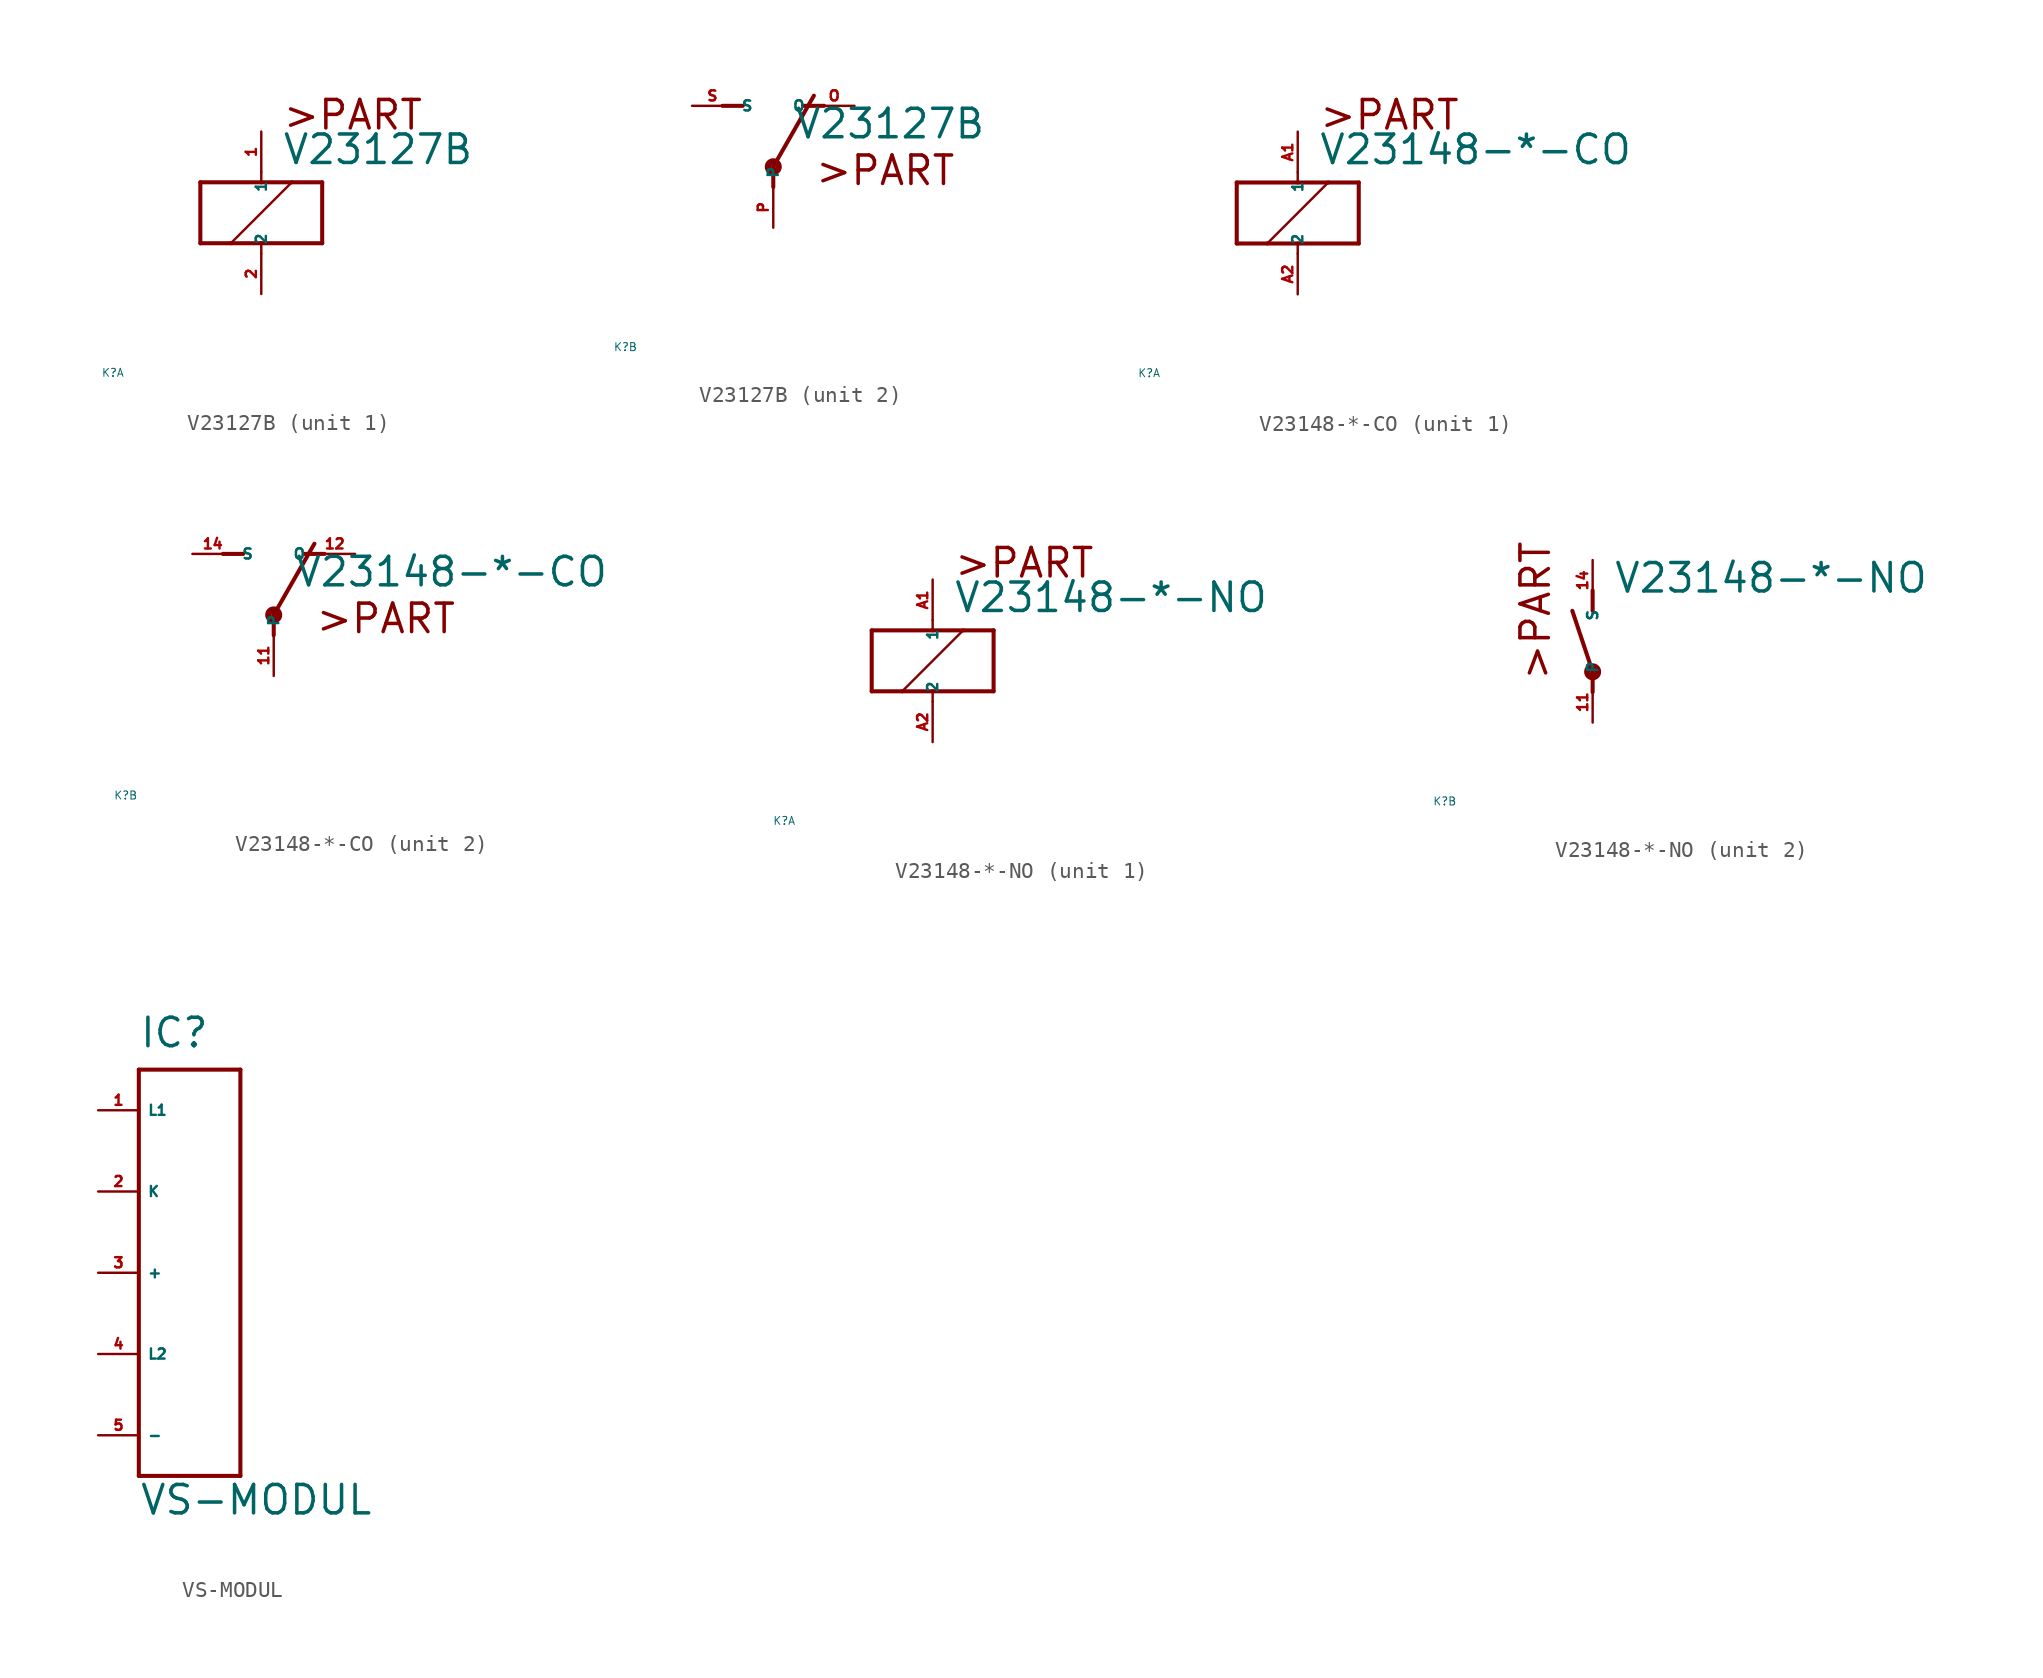
<source format=kicad_sym>
(kicad_symbol_lib
  (version 20220914)
  (generator Eagle2Kicad)
  (symbol "V23127B"
    (property "Reference" "K"
      (at -10 -10 0)
      (effects (font (size 0.5 0.5) (thickness 0.06)) (justify left)))
    (property "Value" "V23127B"
      (at 1.27 2.921 0)
      (effects (font (size 1.778 1.778) (thickness 0.22)) (justify left bottom)))
    (symbol "V23127B_1_0"
      (polyline (pts (xy -3.81 -1.905) (xy -1.905 -1.905)) (stroke (width 0.254) (type default)) (fill (type none)))
      (polyline (pts (xy 3.81 -1.905) (xy 3.81 1.905)) (stroke (width 0.254) (type default)) (fill (type none)))
      (polyline (pts (xy 3.81 1.905) (xy 1.905 1.905)) (stroke (width 0.254) (type default)) (fill (type none)))
      (polyline (pts (xy -3.81 1.905) (xy -3.81 -1.905)) (stroke (width 0.254) (type default)) (fill (type none)))
      (polyline (pts (xy 0 -2.54) (xy 0 -1.905)) (stroke (width 0.152) (type default)) (fill (type none)))
      (polyline (pts (xy 0 -1.905) (xy 3.81 -1.905)) (stroke (width 0.254) (type default)) (fill (type none)))
      (polyline (pts (xy 0 2.54) (xy 0 1.905)) (stroke (width 0.152) (type default)) (fill (type none)))
      (polyline (pts (xy 0 1.905) (xy -3.81 1.905)) (stroke (width 0.254) (type default)) (fill (type none)))
      (polyline (pts (xy -1.905 -1.905) (xy 1.905 1.905)) (stroke (width 0.152) (type default)) (fill (type none)))
      (polyline (pts (xy -1.905 -1.905) (xy 0 -1.905)) (stroke (width 0.254) (type default)) (fill (type none)))
      (polyline (pts (xy 1.905 1.905) (xy 0 1.905)) (stroke (width 0.254) (type default)) (fill (type none)))
      (text ">PART" (at 1.27 5.08 0) (effects (font (size 1.778 1.778) (thickness 0.22)) (justify left bottom)))
      (pin passive line (at 0 -5.08 90) (length 2.54) (name "2" (effects (font (size 0.635 0.635) (thickness 0.08)) (justify left bottom))) (number "2" (effects (font (size 0.635 0.635) (thickness 0.08)) (justify left bottom))))
      (pin passive line (at 0 5.08 270) (length 2.54) (name "1" (effects (font (size 0.635 0.635) (thickness 0.08)) (justify left bottom))) (number "1" (effects (font (size 0.635 0.635) (thickness 0.08)) (justify left bottom)))))
    (symbol "V23127B_2_0"
      (polyline (pts (xy 3.175 5.08) (xy 1.905 5.08)) (stroke (width 0.254) (type default)) (fill (type none)))
      (polyline (pts (xy -3.175 5.08) (xy -1.905 5.08)) (stroke (width 0.254) (type default)) (fill (type none)))
      (polyline (pts (xy 0 1.27) (xy 2.54 5.715)) (stroke (width 0.254) (type default)) (fill (type none)))
      (polyline (pts (xy 0 1.27) (xy 0 0)) (stroke (width 0.254) (type default)) (fill (type none)))
      (text ">PART" (at 2.54 0 0) (effects (font (size 1.778 1.778) (thickness 0.22)) (justify left bottom)))
      (circle (center 0 1.27) (radius 0.127) (stroke (width 0.406) (type default)) (fill (type none)))
      (pin passive line (at 5.08 5.08 180) (length 2.54) (name "O" (effects (font (size 0.635 0.635) (thickness 0.08)) (justify left bottom))) (number "O" (effects (font (size 0.635 0.635) (thickness 0.08)) (justify left bottom))))
      (pin passive line (at -5.08 5.08 0) (length 2.54) (name "S" (effects (font (size 0.635 0.635) (thickness 0.08)) (justify left bottom))) (number "S" (effects (font (size 0.635 0.635) (thickness 0.08)) (justify left bottom))))
      (pin passive line (at 0 -2.54 90) (length 2.54) (name "P" (effects (font (size 0.635 0.635) (thickness 0.08)) (justify left bottom))) (number "P" (effects (font (size 0.635 0.635) (thickness 0.08)) (justify left bottom))))))
  (symbol "V23148-*-CO"
    (property "Reference" "K"
      (at -10 -10 0)
      (effects (font (size 0.5 0.5) (thickness 0.06)) (justify left)))
    (property "Value" "V23148-*-CO"
      (at 1.27 2.921 0)
      (effects (font (size 1.778 1.778) (thickness 0.22)) (justify left bottom)))
    (symbol "V23148-*-CO_1_0"
      (polyline (pts (xy -3.81 -1.905) (xy -1.905 -1.905)) (stroke (width 0.254) (type default)) (fill (type none)))
      (polyline (pts (xy 3.81 -1.905) (xy 3.81 1.905)) (stroke (width 0.254) (type default)) (fill (type none)))
      (polyline (pts (xy 3.81 1.905) (xy 1.905 1.905)) (stroke (width 0.254) (type default)) (fill (type none)))
      (polyline (pts (xy -3.81 1.905) (xy -3.81 -1.905)) (stroke (width 0.254) (type default)) (fill (type none)))
      (polyline (pts (xy 0 -2.54) (xy 0 -1.905)) (stroke (width 0.152) (type default)) (fill (type none)))
      (polyline (pts (xy 0 -1.905) (xy 3.81 -1.905)) (stroke (width 0.254) (type default)) (fill (type none)))
      (polyline (pts (xy 0 2.54) (xy 0 1.905)) (stroke (width 0.152) (type default)) (fill (type none)))
      (polyline (pts (xy 0 1.905) (xy -3.81 1.905)) (stroke (width 0.254) (type default)) (fill (type none)))
      (polyline (pts (xy -1.905 -1.905) (xy 1.905 1.905)) (stroke (width 0.152) (type default)) (fill (type none)))
      (polyline (pts (xy -1.905 -1.905) (xy 0 -1.905)) (stroke (width 0.254) (type default)) (fill (type none)))
      (polyline (pts (xy 1.905 1.905) (xy 0 1.905)) (stroke (width 0.254) (type default)) (fill (type none)))
      (text ">PART" (at 1.27 5.08 0) (effects (font (size 1.778 1.778) (thickness 0.22)) (justify left bottom)))
      (pin passive line (at 0 -5.08 90) (length 2.54) (name "2" (effects (font (size 0.635 0.635) (thickness 0.08)) (justify left bottom))) (number "A2" (effects (font (size 0.635 0.635) (thickness 0.08)) (justify left bottom))))
      (pin passive line (at 0 5.08 270) (length 2.54) (name "1" (effects (font (size 0.635 0.635) (thickness 0.08)) (justify left bottom))) (number "A1" (effects (font (size 0.635 0.635) (thickness 0.08)) (justify left bottom)))))
    (symbol "V23148-*-CO_2_0"
      (polyline (pts (xy 3.175 5.08) (xy 1.905 5.08)) (stroke (width 0.254) (type default)) (fill (type none)))
      (polyline (pts (xy -3.175 5.08) (xy -1.905 5.08)) (stroke (width 0.254) (type default)) (fill (type none)))
      (polyline (pts (xy 0 1.27) (xy 2.54 5.715)) (stroke (width 0.254) (type default)) (fill (type none)))
      (polyline (pts (xy 0 1.27) (xy 0 0)) (stroke (width 0.254) (type default)) (fill (type none)))
      (text ">PART" (at 2.54 0 0) (effects (font (size 1.778 1.778) (thickness 0.22)) (justify left bottom)))
      (circle (center 0 1.27) (radius 0.127) (stroke (width 0.406) (type default)) (fill (type none)))
      (pin passive line (at 5.08 5.08 180) (length 2.54) (name "O" (effects (font (size 0.635 0.635) (thickness 0.08)) (justify left bottom))) (number "12" (effects (font (size 0.635 0.635) (thickness 0.08)) (justify left bottom))))
      (pin passive line (at -5.08 5.08 0) (length 2.54) (name "S" (effects (font (size 0.635 0.635) (thickness 0.08)) (justify left bottom))) (number "14" (effects (font (size 0.635 0.635) (thickness 0.08)) (justify left bottom))))
      (pin passive line (at 0 -2.54 90) (length 2.54) (name "P" (effects (font (size 0.635 0.635) (thickness 0.08)) (justify left bottom))) (number "11" (effects (font (size 0.635 0.635) (thickness 0.08)) (justify left bottom))))))
  (symbol "V23148-*-NO"
    (property "Reference" "K"
      (at -10 -10 0)
      (effects (font (size 0.5 0.5) (thickness 0.06)) (justify left)))
    (property "Value" "V23148-*-NO"
      (at 1.27 2.921 0)
      (effects (font (size 1.778 1.778) (thickness 0.22)) (justify left bottom)))
    (symbol "V23148-*-NO_1_0"
      (polyline (pts (xy -3.81 -1.905) (xy -1.905 -1.905)) (stroke (width 0.254) (type default)) (fill (type none)))
      (polyline (pts (xy 3.81 -1.905) (xy 3.81 1.905)) (stroke (width 0.254) (type default)) (fill (type none)))
      (polyline (pts (xy 3.81 1.905) (xy 1.905 1.905)) (stroke (width 0.254) (type default)) (fill (type none)))
      (polyline (pts (xy -3.81 1.905) (xy -3.81 -1.905)) (stroke (width 0.254) (type default)) (fill (type none)))
      (polyline (pts (xy 0 -2.54) (xy 0 -1.905)) (stroke (width 0.152) (type default)) (fill (type none)))
      (polyline (pts (xy 0 -1.905) (xy 3.81 -1.905)) (stroke (width 0.254) (type default)) (fill (type none)))
      (polyline (pts (xy 0 2.54) (xy 0 1.905)) (stroke (width 0.152) (type default)) (fill (type none)))
      (polyline (pts (xy 0 1.905) (xy -3.81 1.905)) (stroke (width 0.254) (type default)) (fill (type none)))
      (polyline (pts (xy -1.905 -1.905) (xy 1.905 1.905)) (stroke (width 0.152) (type default)) (fill (type none)))
      (polyline (pts (xy -1.905 -1.905) (xy 0 -1.905)) (stroke (width 0.254) (type default)) (fill (type none)))
      (polyline (pts (xy 1.905 1.905) (xy 0 1.905)) (stroke (width 0.254) (type default)) (fill (type none)))
      (text ">PART" (at 1.27 5.08 0) (effects (font (size 1.778 1.778) (thickness 0.22)) (justify left bottom)))
      (pin passive line (at 0 -5.08 90) (length 2.54) (name "2" (effects (font (size 0.635 0.635) (thickness 0.08)) (justify left bottom))) (number "A2" (effects (font (size 0.635 0.635) (thickness 0.08)) (justify left bottom))))
      (pin passive line (at 0 5.08 270) (length 2.54) (name "1" (effects (font (size 0.635 0.635) (thickness 0.08)) (justify left bottom))) (number "A1" (effects (font (size 0.635 0.635) (thickness 0.08)) (justify left bottom)))))
    (symbol "V23148-*-NO_2_0"
      (polyline (pts (xy 0 3.175) (xy 0 1.905)) (stroke (width 0.254) (type default)) (fill (type none)))
      (polyline (pts (xy 0 -3.175) (xy 0 -1.905)) (stroke (width 0.254) (type default)) (fill (type none)))
      (polyline (pts (xy 0 -1.905) (xy -1.27 1.905)) (stroke (width 0.254) (type default)) (fill (type none)))
      (text ">PART" (at -2.54 -2.54 900) (effects (font (size 1.778 1.778) (thickness 0.22)) (justify left bottom)))
      (circle (center 0 -1.905) (radius 0.127) (stroke (width 0.406) (type default)) (fill (type none)))
      (pin passive line (at 0 -5.08 90) (length 2.54) (name "P" (effects (font (size 0.635 0.635) (thickness 0.08)) (justify left bottom))) (number "11" (effects (font (size 0.635 0.635) (thickness 0.08)) (justify left bottom))))
      (pin passive line (at 0 5.08 270) (length 2.54) (name "S" (effects (font (size 0.635 0.635) (thickness 0.08)) (justify left bottom))) (number "14" (effects (font (size 0.635 0.635) (thickness 0.08)) (justify left bottom))))))
  (symbol "VS-MODUL"
    (property "Reference" "IC"
      (at -2.54 13.97 0)
      (effects (font (size 1.778 1.778) (thickness 0.22)) (justify left bottom)))
    (property "Value" "VS-MODUL"
      (at -2.54 -15.24 0)
      (effects (font (size 1.778 1.778) (thickness 0.22)) (justify left bottom)))
    (polyline
      (pts (xy -2.54 12.7) (xy -2.54 -12.7))
      (stroke (width 0.254) (type default))
      (fill (type none)))
    (polyline
      (pts (xy -2.54 -12.7) (xy 3.81 -12.7))
      (stroke (width 0.254) (type default))
      (fill (type none)))
    (polyline
      (pts (xy 3.81 -12.7) (xy 3.81 12.7))
      (stroke (width 0.254) (type default))
      (fill (type none)))
    (polyline
      (pts (xy 3.81 12.7) (xy -2.54 12.7))
      (stroke (width 0.254) (type default))
      (fill (type none)))
    (pin passive line
      (at -5.08 10.16 0)
      (length 2.54)
      (name "L1" (effects (font (size 0.635 0.635) (thickness 0.08)) (justify left bottom)))
      (number "1" (effects (font (size 0.635 0.635) (thickness 0.08)) (justify left bottom))))
    (pin passive line
      (at -5.08 5.08 0)
      (length 2.54)
      (name "K" (effects (font (size 0.635 0.635) (thickness 0.08)) (justify left bottom)))
      (number "2" (effects (font (size 0.635 0.635) (thickness 0.08)) (justify left bottom))))
    (pin passive line
      (at -5.08 0 0)
      (length 2.54)
      (name "+" (effects (font (size 0.635 0.635) (thickness 0.08)) (justify left bottom)))
      (number "3" (effects (font (size 0.635 0.635) (thickness 0.08)) (justify left bottom))))
    (pin passive line
      (at -5.08 -5.08 0)
      (length 2.54)
      (name "L2" (effects (font (size 0.635 0.635) (thickness 0.08)) (justify left bottom)))
      (number "4" (effects (font (size 0.635 0.635) (thickness 0.08)) (justify left bottom))))
    (pin passive line
      (at -5.08 -10.16 0)
      (length 2.54)
      (name "-" (effects (font (size 0.635 0.635) (thickness 0.08)) (justify left bottom)))
      (number "5" (effects (font (size 0.635 0.635) (thickness 0.08)) (justify left bottom))))))
</source>
